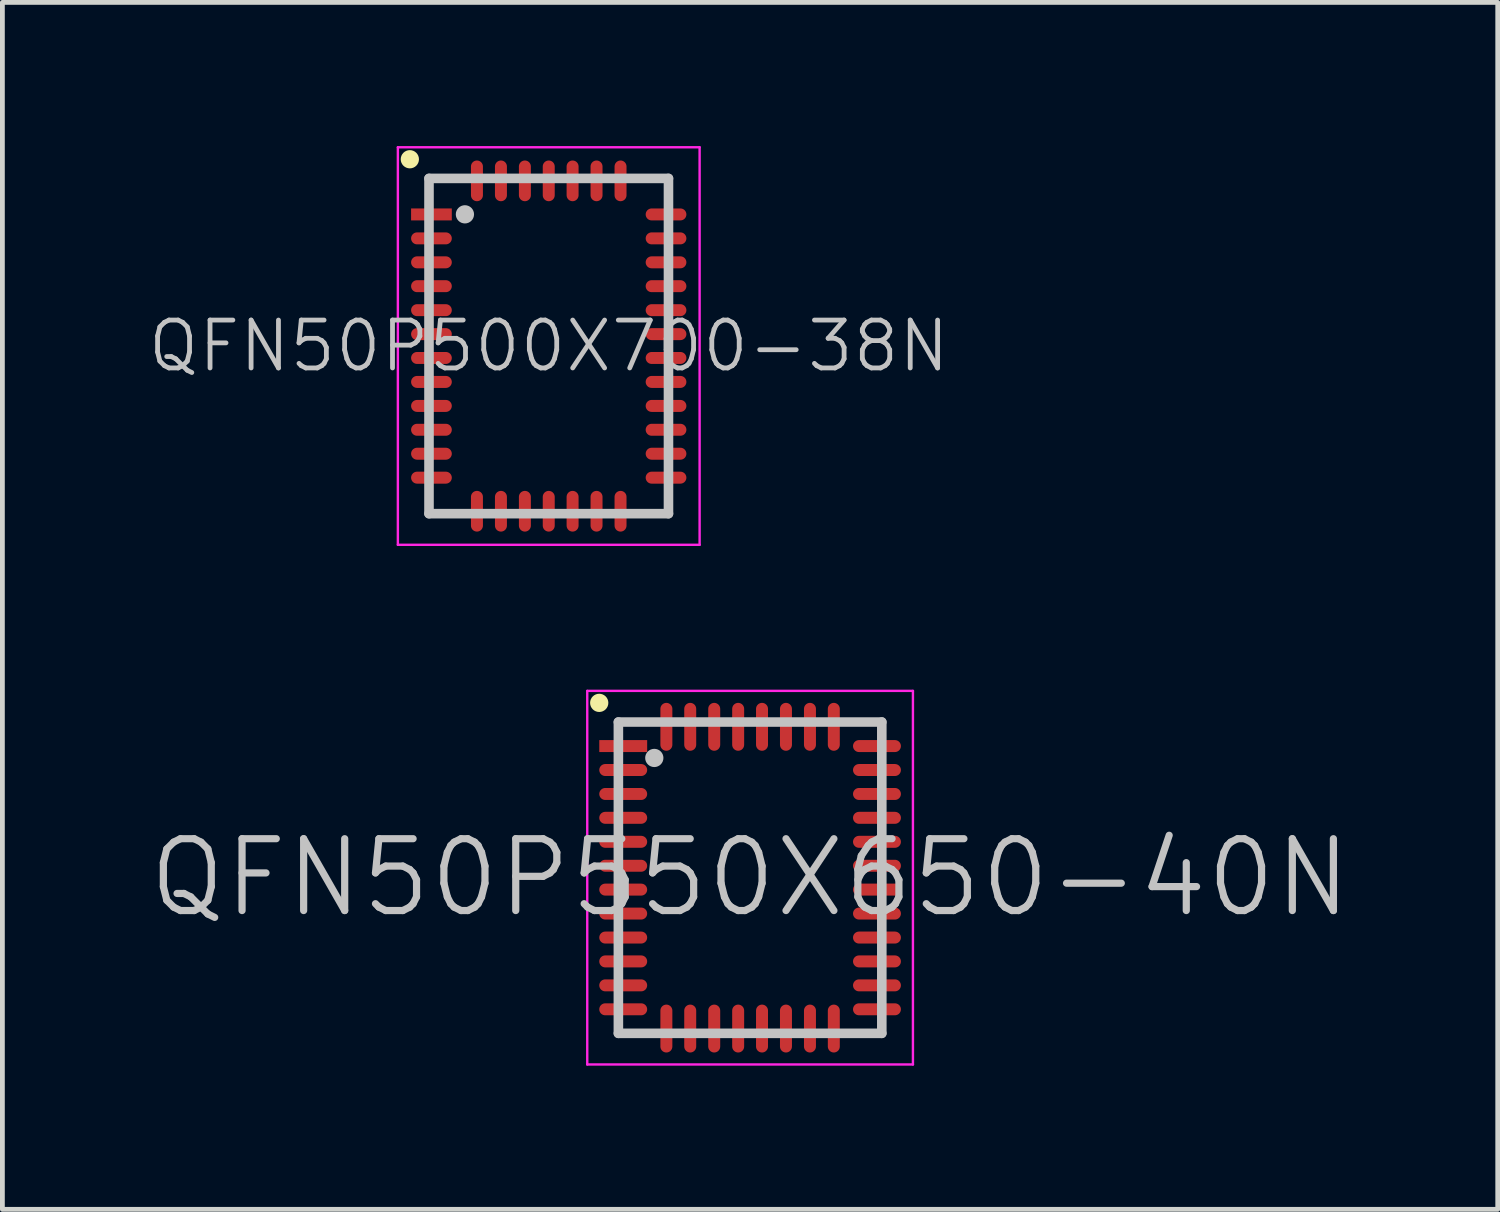
<source format=kicad_pcb>
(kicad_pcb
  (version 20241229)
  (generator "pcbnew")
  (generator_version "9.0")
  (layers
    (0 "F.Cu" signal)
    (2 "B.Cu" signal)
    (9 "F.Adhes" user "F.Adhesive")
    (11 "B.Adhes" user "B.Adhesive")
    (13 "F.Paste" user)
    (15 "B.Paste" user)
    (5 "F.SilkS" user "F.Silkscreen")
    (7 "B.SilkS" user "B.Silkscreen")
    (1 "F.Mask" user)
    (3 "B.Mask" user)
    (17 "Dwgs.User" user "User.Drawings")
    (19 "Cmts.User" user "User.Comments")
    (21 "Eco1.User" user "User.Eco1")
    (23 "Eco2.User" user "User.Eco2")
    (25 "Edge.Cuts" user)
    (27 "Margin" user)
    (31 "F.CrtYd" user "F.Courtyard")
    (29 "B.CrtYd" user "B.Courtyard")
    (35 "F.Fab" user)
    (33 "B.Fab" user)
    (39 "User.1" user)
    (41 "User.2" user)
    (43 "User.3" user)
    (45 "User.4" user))
  (footprint "QFN50P550X650-40N"
    (layer "F.Cu")
    (at 12.611 15.275)
    (property "Reference" "QFN50P550X650-40N" (at 0 0 0) (layer "Dwgs.User") (effects (font (size 1.5 1.5) (thickness 0.15))))
    (attr smd)
    (fp_line (start -3.15 -3.65) (end -3.15 -3.65) (stroke (width 0.381) (type solid)) (layer "F.SilkS"))
    (fp_line (start -2.75 -3.25) (end -2.75 3.25) (stroke (width 0.2) (type solid)) (layer "Dwgs.User"))
    (fp_line (start -2.75 -3.25) (end 2.75 -3.25) (stroke (width 0.2) (type solid)) (layer "Dwgs.User"))
    (fp_line (start -2.75 3.25) (end 2.75 3.25) (stroke (width 0.2) (type solid)) (layer "Dwgs.User"))
    (fp_line (start -2 -2.5) (end -2 -2.5) (stroke (width 0.381) (type solid)) (layer "Dwgs.User"))
    (fp_line (start 2.75 -3.25) (end 2.75 3.25) (stroke (width 0.2) (type solid)) (layer "Dwgs.User"))
    (fp_line (start -3.4 -3.9) (end -3.4 3.9) (stroke (width 0.05) (type solid)) (layer "F.CrtYd"))
    (fp_line (start -3.4 -3.9) (end 3.4 -3.9) (stroke (width 0.05) (type solid)) (layer "F.CrtYd"))
    (fp_line (start -3.4 3.9) (end 3.4 3.9) (stroke (width 0.05) (type solid)) (layer "F.CrtYd"))
    (fp_line (start 3.4 -3.9) (end 3.4 3.9) (stroke (width 0.05) (type solid)) (layer "F.CrtYd"))
    (pad "1" smd rect (at -2.649 -2.748 90) (size 0.25 1) (layers "F.Cu" "F.Mask" "F.Paste"))
    (pad "2" smd oval (at -2.649 -2.248 90) (size 0.25 1) (layers "F.Cu" "F.Mask" "F.Paste"))
    (pad "3" smd oval (at -2.649 -1.748 90) (size 0.25 1) (layers "F.Cu" "F.Mask" "F.Paste"))
    (pad "4" smd oval (at -2.649 -1.25 90) (size 0.25 1) (layers "F.Cu" "F.Mask" "F.Paste"))
    (pad "5" smd oval (at -2.649 -0.749 90) (size 0.25 1) (layers "F.Cu" "F.Mask" "F.Paste"))
    (pad "6" smd oval (at -2.649 -0.249 90) (size 0.25 1) (layers "F.Cu" "F.Mask" "F.Paste"))
    (pad "7" smd oval (at -2.649 0.249 90) (size 0.25 1) (layers "F.Cu" "F.Mask" "F.Paste"))
    (pad "8" smd oval (at -2.649 0.749 90) (size 0.25 1) (layers "F.Cu" "F.Mask" "F.Paste"))
    (pad "9" smd oval (at -2.649 1.25 90) (size 0.25 1) (layers "F.Cu" "F.Mask" "F.Paste"))
    (pad "10" smd oval (at -2.649 1.748 90) (size 0.25 1) (layers "F.Cu" "F.Mask" "F.Paste"))
    (pad "11" smd oval (at -2.649 2.248 90) (size 0.25 1) (layers "F.Cu" "F.Mask" "F.Paste"))
    (pad "12" smd oval (at -2.649 2.748 90) (size 0.25 1) (layers "F.Cu" "F.Mask" "F.Paste"))
    (pad "13" smd oval (at -1.748 3.15 180) (size 0.25 1) (layers "F.Cu" "F.Mask" "F.Paste"))
    (pad "14" smd oval (at -1.25 3.15 180) (size 0.25 1) (layers "F.Cu" "F.Mask" "F.Paste"))
    (pad "15" smd oval (at -0.749 3.15 180) (size 0.25 1) (layers "F.Cu" "F.Mask" "F.Paste"))
    (pad "16" smd oval (at -0.249 3.15 180) (size 0.25 1) (layers "F.Cu" "F.Mask" "F.Paste"))
    (pad "17" smd oval (at 0.249 3.15 180) (size 0.25 1) (layers "F.Cu" "F.Mask" "F.Paste"))
    (pad "18" smd oval (at 0.749 3.15 180) (size 0.25 1) (layers "F.Cu" "F.Mask" "F.Paste"))
    (pad "19" smd oval (at 1.25 3.15 180) (size 0.25 1) (layers "F.Cu" "F.Mask" "F.Paste"))
    (pad "20" smd oval (at 1.748 3.15 180) (size 0.25 1) (layers "F.Cu" "F.Mask" "F.Paste"))
    (pad "21" smd oval (at 2.649 2.748 270) (size 0.25 1) (layers "F.Cu" "F.Mask" "F.Paste"))
    (pad "22" smd oval (at 2.649 2.248 270) (size 0.25 1) (layers "F.Cu" "F.Mask" "F.Paste"))
    (pad "23" smd oval (at 2.649 1.748 270) (size 0.25 1) (layers "F.Cu" "F.Mask" "F.Paste"))
    (pad "24" smd oval (at 2.649 1.25 270) (size 0.25 1) (layers "F.Cu" "F.Mask" "F.Paste"))
    (pad "25" smd oval (at 2.649 0.749 270) (size 0.25 1) (layers "F.Cu" "F.Mask" "F.Paste"))
    (pad "26" smd oval (at 2.649 0.249 270) (size 0.25 1) (layers "F.Cu" "F.Mask" "F.Paste"))
    (pad "27" smd oval (at 2.649 -0.249 270) (size 0.25 1) (layers "F.Cu" "F.Mask" "F.Paste"))
    (pad "28" smd oval (at 2.649 -0.749 270) (size 0.25 1) (layers "F.Cu" "F.Mask" "F.Paste"))
    (pad "29" smd oval (at 2.649 -1.25 270) (size 0.25 1) (layers "F.Cu" "F.Mask" "F.Paste"))
    (pad "30" smd oval (at 2.649 -1.748 270) (size 0.25 1) (layers "F.Cu" "F.Mask" "F.Paste"))
    (pad "31" smd oval (at 2.649 -2.248 270) (size 0.25 1) (layers "F.Cu" "F.Mask" "F.Paste"))
    (pad "32" smd oval (at 2.649 -2.748 270) (size 0.25 1) (layers "F.Cu" "F.Mask" "F.Paste"))
    (pad "33" smd oval (at 1.748 -3.15) (size 0.25 1) (layers "F.Cu" "F.Mask" "F.Paste"))
    (pad "34" smd oval (at 1.25 -3.15) (size 0.25 1) (layers "F.Cu" "F.Mask" "F.Paste"))
    (pad "35" smd oval (at 0.749 -3.15) (size 0.25 1) (layers "F.Cu" "F.Mask" "F.Paste"))
    (pad "36" smd oval (at 0.249 -3.15) (size 0.25 1) (layers "F.Cu" "F.Mask" "F.Paste"))
    (pad "37" smd oval (at -0.249 -3.15) (size 0.25 1) (layers "F.Cu" "F.Mask" "F.Paste"))
    (pad "38" smd oval (at -0.749 -3.15) (size 0.25 1) (layers "F.Cu" "F.Mask" "F.Paste"))
    (pad "39" smd oval (at -1.25 -3.15) (size 0.25 1) (layers "F.Cu" "F.Mask" "F.Paste"))
    (pad "40" smd oval (at -1.748 -3.15) (size 0.25 1) (layers "F.Cu" "F.Mask" "F.Paste")))
  (footprint "QFN50P500X700-38N"
    (layer "F.Cu")
    (at 8.407 4.175)
    (property "Reference" "QFN50P500X700-38N" (at 0 0 0) (layer "Dwgs.User") (effects (font (size 1 1) (thickness 0.1))))
    (attr smd)
    (fp_line (start -2.9 -3.9) (end -2.9 -3.9) (stroke (width 0.381) (type solid)) (layer "F.SilkS"))
    (fp_line (start -2.5 -3.5) (end -2.5 3.5) (stroke (width 0.2) (type solid)) (layer "Dwgs.User"))
    (fp_line (start -2.5 -3.5) (end 2.5 -3.5) (stroke (width 0.2) (type solid)) (layer "Dwgs.User"))
    (fp_line (start -2.5 3.5) (end 2.5 3.5) (stroke (width 0.2) (type solid)) (layer "Dwgs.User"))
    (fp_line (start -1.75 -2.75) (end -1.75 -2.75) (stroke (width 0.381) (type solid)) (layer "Dwgs.User"))
    (fp_line (start 2.5 -3.5) (end 2.5 3.5) (stroke (width 0.2) (type solid)) (layer "Dwgs.User"))
    (fp_line (start -3.15 -4.15) (end -3.15 4.15) (stroke (width 0.05) (type solid)) (layer "F.CrtYd"))
    (fp_line (start -3.15 -4.15) (end 3.15 -4.15) (stroke (width 0.05) (type solid)) (layer "F.CrtYd"))
    (fp_line (start -3.15 4.15) (end 3.15 4.15) (stroke (width 0.05) (type solid)) (layer "F.CrtYd"))
    (fp_line (start 3.15 -4.15) (end 3.15 4.15) (stroke (width 0.05) (type solid)) (layer "F.CrtYd"))
    (pad "1" smd rect (at -2.449 -2.748 90) (size 0.25 0.85) (layers "F.Cu" "F.Mask" "F.Paste"))
    (pad "2" smd oval (at -2.449 -2.248 90) (size 0.25 0.85) (layers "F.Cu" "F.Mask" "F.Paste"))
    (pad "3" smd oval (at -2.449 -1.748 90) (size 0.25 0.85) (layers "F.Cu" "F.Mask" "F.Paste"))
    (pad "4" smd oval (at -2.449 -1.25 90) (size 0.25 0.85) (layers "F.Cu" "F.Mask" "F.Paste"))
    (pad "5" smd oval (at -2.449 -0.749 90) (size 0.25 0.85) (layers "F.Cu" "F.Mask" "F.Paste"))
    (pad "6" smd oval (at -2.449 -0.249 90) (size 0.25 0.85) (layers "F.Cu" "F.Mask" "F.Paste"))
    (pad "7" smd oval (at -2.449 0.249 90) (size 0.25 0.85) (layers "F.Cu" "F.Mask" "F.Paste"))
    (pad "8" smd oval (at -2.449 0.749 90) (size 0.25 0.85) (layers "F.Cu" "F.Mask" "F.Paste"))
    (pad "9" smd oval (at -2.449 1.25 90) (size 0.25 0.85) (layers "F.Cu" "F.Mask" "F.Paste"))
    (pad "10" smd oval (at -2.449 1.748 90) (size 0.25 0.85) (layers "F.Cu" "F.Mask" "F.Paste"))
    (pad "11" smd oval (at -2.449 2.248 90) (size 0.25 0.85) (layers "F.Cu" "F.Mask" "F.Paste"))
    (pad "12" smd oval (at -2.449 2.748 90) (size 0.25 0.85) (layers "F.Cu" "F.Mask" "F.Paste"))
    (pad "13" smd oval (at -1.499 3.449 180) (size 0.25 0.85) (layers "F.Cu" "F.Mask" "F.Paste"))
    (pad "14" smd oval (at -0.998 3.449 180) (size 0.25 0.85) (layers "F.Cu" "F.Mask" "F.Paste"))
    (pad "15" smd oval (at -0.498 3.449 180) (size 0.25 0.85) (layers "F.Cu" "F.Mask" "F.Paste"))
    (pad "16" smd oval (at 0 3.449 180) (size 0.25 0.85) (layers "F.Cu" "F.Mask" "F.Paste"))
    (pad "17" smd oval (at 0.498 3.449 180) (size 0.25 0.85) (layers "F.Cu" "F.Mask" "F.Paste"))
    (pad "18" smd oval (at 0.998 3.449 180) (size 0.25 0.85) (layers "F.Cu" "F.Mask" "F.Paste"))
    (pad "19" smd oval (at 1.499 3.449 180) (size 0.25 0.85) (layers "F.Cu" "F.Mask" "F.Paste"))
    (pad "20" smd oval (at 2.449 2.748 270) (size 0.25 0.85) (layers "F.Cu" "F.Mask" "F.Paste"))
    (pad "21" smd oval (at 2.449 2.248 270) (size 0.25 0.85) (layers "F.Cu" "F.Mask" "F.Paste"))
    (pad "22" smd oval (at 2.449 1.748 270) (size 0.25 0.85) (layers "F.Cu" "F.Mask" "F.Paste"))
    (pad "23" smd oval (at 2.449 1.25 270) (size 0.25 0.85) (layers "F.Cu" "F.Mask" "F.Paste"))
    (pad "24" smd oval (at 2.449 0.749 270) (size 0.25 0.85) (layers "F.Cu" "F.Mask" "F.Paste"))
    (pad "25" smd oval (at 2.449 0.249 270) (size 0.25 0.85) (layers "F.Cu" "F.Mask" "F.Paste"))
    (pad "26" smd oval (at 2.449 -0.249 270) (size 0.25 0.85) (layers "F.Cu" "F.Mask" "F.Paste"))
    (pad "27" smd oval (at 2.449 -0.749 270) (size 0.25 0.85) (layers "F.Cu" "F.Mask" "F.Paste"))
    (pad "28" smd oval (at 2.449 -1.25 270) (size 0.25 0.85) (layers "F.Cu" "F.Mask" "F.Paste"))
    (pad "29" smd oval (at 2.449 -1.748 270) (size 0.25 0.85) (layers "F.Cu" "F.Mask" "F.Paste"))
    (pad "30" smd oval (at 2.449 -2.248 270) (size 0.25 0.85) (layers "F.Cu" "F.Mask" "F.Paste"))
    (pad "31" smd oval (at 2.449 -2.748 270) (size 0.25 0.85) (layers "F.Cu" "F.Mask" "F.Paste"))
    (pad "32" smd oval (at 1.499 -3.449) (size 0.25 0.85) (layers "F.Cu" "F.Mask" "F.Paste"))
    (pad "33" smd oval (at 0.998 -3.449) (size 0.25 0.85) (layers "F.Cu" "F.Mask" "F.Paste"))
    (pad "34" smd oval (at 0.498 -3.449) (size 0.25 0.85) (layers "F.Cu" "F.Mask" "F.Paste"))
    (pad "35" smd oval (at 0 -3.449) (size 0.25 0.85) (layers "F.Cu" "F.Mask" "F.Paste"))
    (pad "36" smd oval (at -0.498 -3.449) (size 0.25 0.85) (layers "F.Cu" "F.Mask" "F.Paste"))
    (pad "37" smd oval (at -0.998 -3.449) (size 0.25 0.85) (layers "F.Cu" "F.Mask" "F.Paste"))
    (pad "38" smd oval (at -1.499 -3.449) (size 0.25 0.85) (layers "F.Cu" "F.Mask" "F.Paste")))
  (gr_rect
    (start -3 -3)
    (end 28.221 22.2)
    (stroke (width 0.1) (type default))
    (fill no)
    (layer "Edge.Cuts")))
</source>
